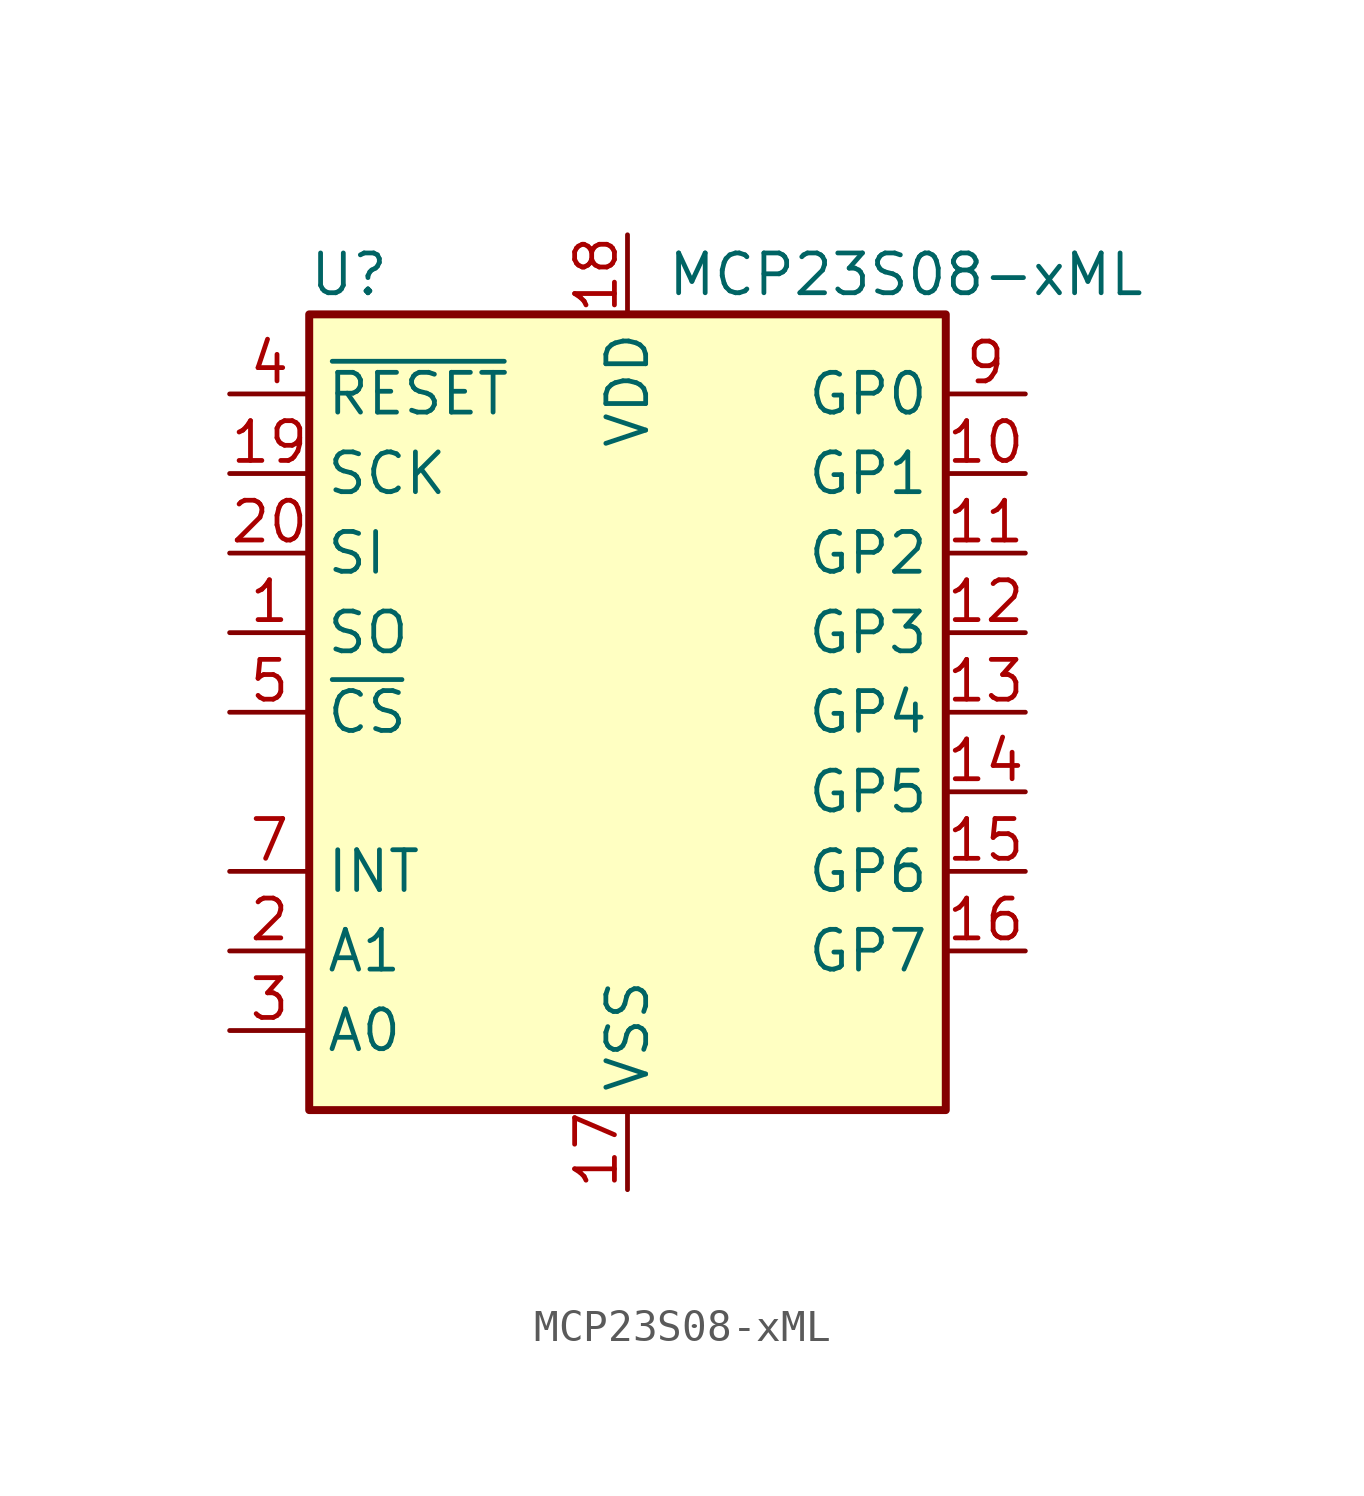
<source format=kicad_sym>
(kicad_symbol_lib
  (version 20241209)
  (generator "kicad_symbol_editor")
  (generator_version "9.0")
  (symbol "MCP23S08-xML"
    (property "Reference" "U"
      (at -8.89 13.97 0)
      (effects (font (size 1.27 1.27))))
    (property "Value" "MCP23S08-xML"
      (at 8.89 13.97 0)
      (effects (font (size 1.27 1.27))))
    (symbol "MCP23S08-xML_0_1"
      (rectangle (start -10.16 12.7) (end 10.16 -12.7) (stroke (width 0.254) (type default)) (fill (type background))))
    (symbol "MCP23S08-xML_1_1"
      (pin input line (at -12.7 10.16 0) (length 2.54) (name "~{RESET}" (effects (font (size 1.27 1.27)))) (number "4" (effects (font (size 1.27 1.27)))))
      (pin input line (at -12.7 7.62 0) (length 2.54) (name "SCK" (effects (font (size 1.27 1.27)))) (number "19" (effects (font (size 1.27 1.27)))))
      (pin bidirectional line (at -12.7 5.08 0) (length 2.54) (name "SI" (effects (font (size 1.27 1.27)))) (number "20" (effects (font (size 1.27 1.27)))))
      (pin input line (at -12.7 2.54 0) (length 2.54) (name "SO" (effects (font (size 1.27 1.27)))) (number "1" (effects (font (size 1.27 1.27)))))
      (pin input line (at -12.7 0 0) (length 2.54) (name "~{CS}" (effects (font (size 1.27 1.27)))) (number "5" (effects (font (size 1.27 1.27)))))
      (pin output line (at -12.7 -5.08 0) (length 2.54) (name "INT" (effects (font (size 1.27 1.27)))) (number "7" (effects (font (size 1.27 1.27)))) (alternate "INT" open_collector line))
      (pin input line (at -12.7 -7.62 0) (length 2.54) (name "A1" (effects (font (size 1.27 1.27)))) (number "2" (effects (font (size 1.27 1.27)))))
      (pin input line (at -12.7 -10.16 0) (length 2.54) (name "A0" (effects (font (size 1.27 1.27)))) (number "3" (effects (font (size 1.27 1.27)))))
      (pin power_in line (at 0 15.24 270) (length 2.54) (name "VDD" (effects (font (size 1.27 1.27)))) (number "18" (effects (font (size 1.27 1.27)))))
      (pin power_in line (at 0 -15.24 90) (length 2.54) (name "VSS" (effects (font (size 1.27 1.27)))) (number "17" (effects (font (size 1.27 1.27)))))
      (pin no_connect line (at 10.16 -10.16 180) (length 2.54) (hide yes) (name "NC" (effects (font (size 1.27 1.27)))) (number "8" (effects (font (size 1.27 1.27)))))
      (pin no_connect line (at 10.16 -11.43 180) (length 2.54) (hide yes) (name "NC" (effects (font (size 1.27 1.27)))) (number "6" (effects (font (size 1.27 1.27)))))
      (pin bidirectional line (at 12.7 10.16 180) (length 2.54) (name "GP0" (effects (font (size 1.27 1.27)))) (number "9" (effects (font (size 1.27 1.27)))))
      (pin bidirectional line (at 12.7 7.62 180) (length 2.54) (name "GP1" (effects (font (size 1.27 1.27)))) (number "10" (effects (font (size 1.27 1.27)))))
      (pin bidirectional line (at 12.7 5.08 180) (length 2.54) (name "GP2" (effects (font (size 1.27 1.27)))) (number "11" (effects (font (size 1.27 1.27)))))
      (pin bidirectional line (at 12.7 2.54 180) (length 2.54) (name "GP3" (effects (font (size 1.27 1.27)))) (number "12" (effects (font (size 1.27 1.27)))))
      (pin bidirectional line (at 12.7 0 180) (length 2.54) (name "GP4" (effects (font (size 1.27 1.27)))) (number "13" (effects (font (size 1.27 1.27)))))
      (pin bidirectional line (at 12.7 -2.54 180) (length 2.54) (name "GP5" (effects (font (size 1.27 1.27)))) (number "14" (effects (font (size 1.27 1.27)))))
      (pin bidirectional line (at 12.7 -5.08 180) (length 2.54) (name "GP6" (effects (font (size 1.27 1.27)))) (number "15" (effects (font (size 1.27 1.27)))))
      (pin bidirectional line (at 12.7 -7.62 180) (length 2.54) (name "GP7" (effects (font (size 1.27 1.27)))) (number "16" (effects (font (size 1.27 1.27))))))))
</source>
